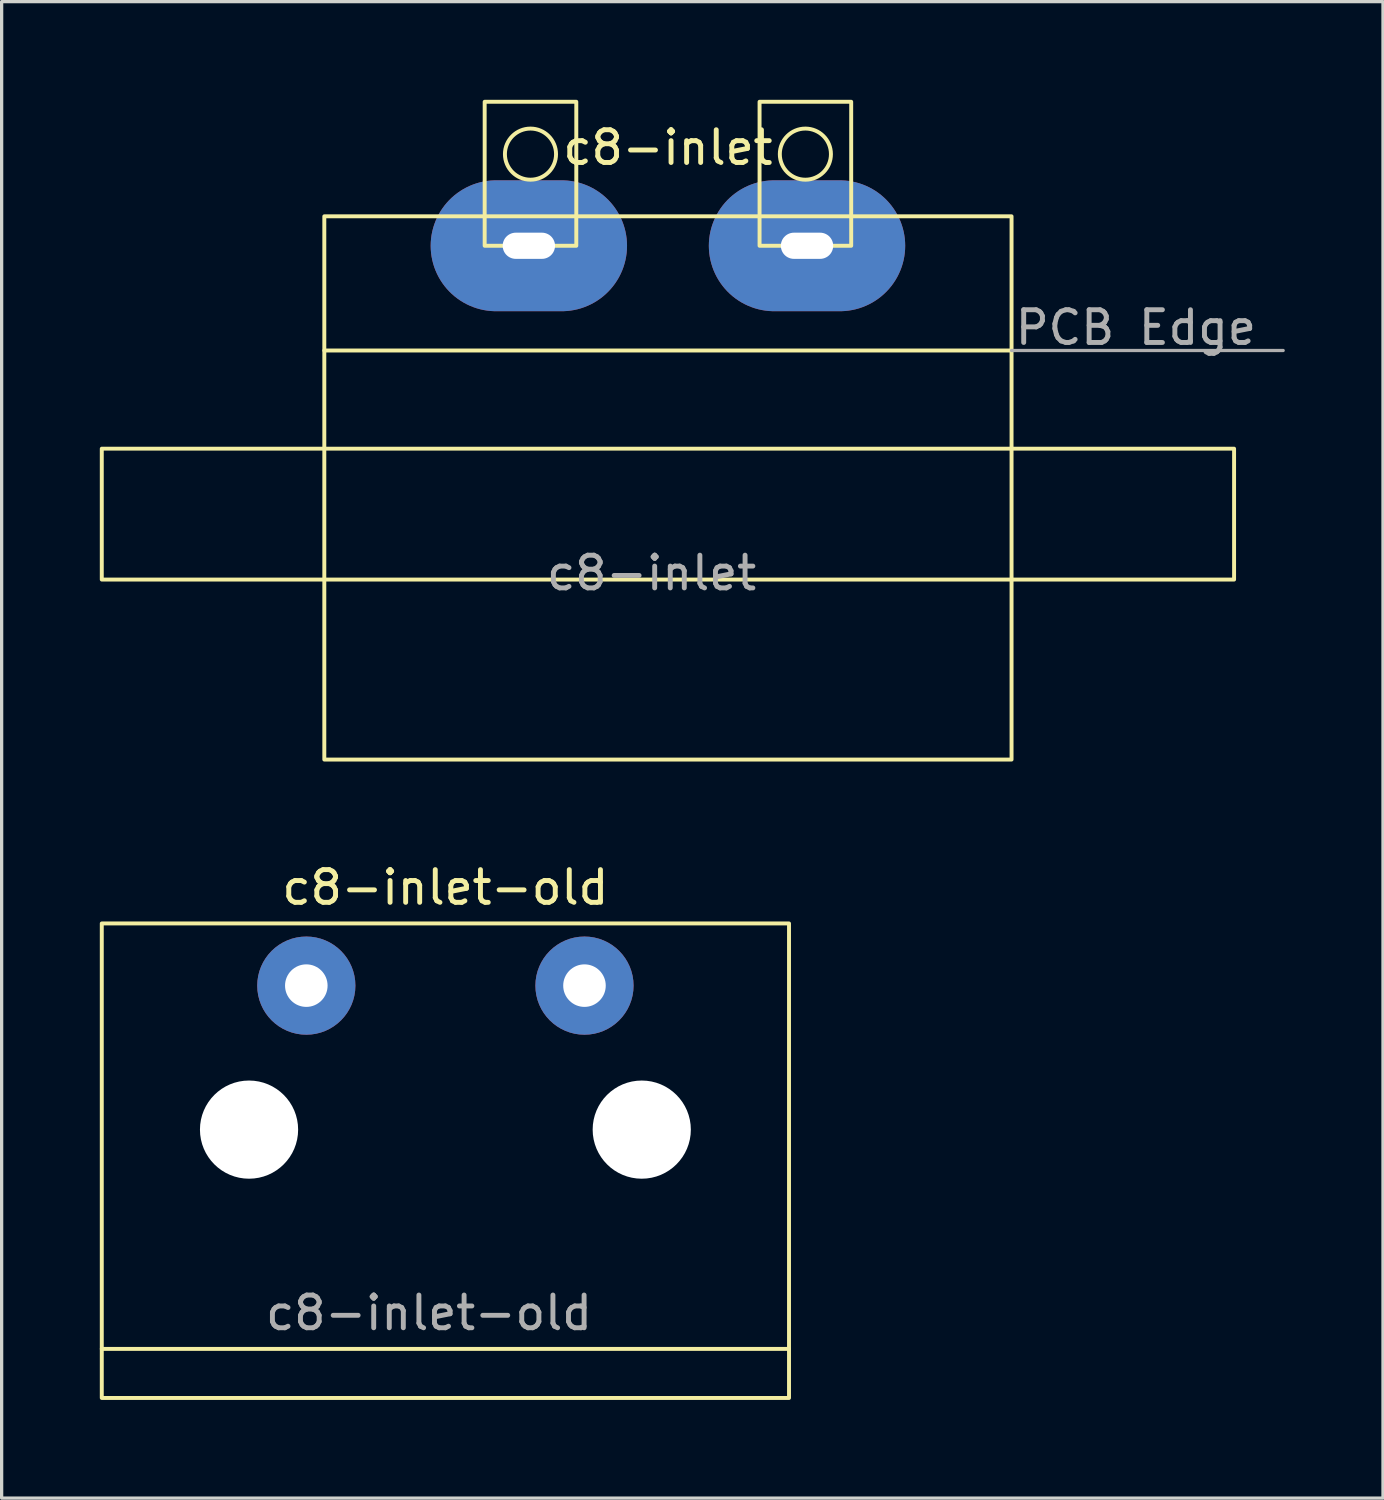
<source format=kicad_pcb>
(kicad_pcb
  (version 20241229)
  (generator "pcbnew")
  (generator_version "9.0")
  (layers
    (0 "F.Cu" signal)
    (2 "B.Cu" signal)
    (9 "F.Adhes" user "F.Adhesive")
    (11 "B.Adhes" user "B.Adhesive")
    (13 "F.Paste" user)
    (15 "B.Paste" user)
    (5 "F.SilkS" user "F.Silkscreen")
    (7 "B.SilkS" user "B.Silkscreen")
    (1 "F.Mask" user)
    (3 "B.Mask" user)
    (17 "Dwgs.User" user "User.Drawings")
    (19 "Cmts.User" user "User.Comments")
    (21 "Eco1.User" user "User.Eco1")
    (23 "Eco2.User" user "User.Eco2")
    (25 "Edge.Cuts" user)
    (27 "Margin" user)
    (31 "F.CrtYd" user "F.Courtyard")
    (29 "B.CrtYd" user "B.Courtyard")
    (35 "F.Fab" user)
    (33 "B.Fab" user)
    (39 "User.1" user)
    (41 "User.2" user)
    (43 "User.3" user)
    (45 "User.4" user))
  (footprint "c8-inlet-old"
    (layer "F.Cu")
    (at 10.56 27.068)
    (property "Reference" "c8-inlet-old" (at 0 -3 0) (unlocked yes) (layer "F.SilkS") (effects (font (size 1 1) (thickness 0.15))))
    (attr through_hole)
    (fp_line (start -10.5 11.1) (end 10.5 11.1) (stroke (width 0.12) (type solid)) (layer "F.SilkS"))
    (fp_rect (start -10.5 -1.9) (end 10.5 12.6) (stroke (width 0.12) (type solid)) (fill no) (layer "F.SilkS"))
    (fp_text user "${REFERENCE}" (at -0.5 10 0) (unlocked yes) (layer "F.Fab") (effects (font (size 1 1) (thickness 0.15))))
    (pad "" np_thru_hole circle (at -6 4.4) (size 3 3) (drill 3) (layers "*.Cu" "*.Mask"))
    (pad "" np_thru_hole circle (at 6 4.4) (size 3 3) (drill 3) (layers "*.Cu" "*.Mask"))
    (pad "1" thru_hole circle (at -4.25 0) (size 3 3) (drill 1.3) (layers "*.Cu" "*.Mask"))
    (pad "2" thru_hole circle (at 4.25 0) (size 3 3) (drill 1.3) (layers "*.Cu" "*.Mask")))
  (footprint "c8-inlet"
    (layer "F.Cu")
    (at 17.36 4.46)
    (property "Reference" "c8-inlet" (at 0 -3 0) (unlocked yes) (layer "F.SilkS") (effects (font (size 1 1) (thickness 0.15))))
    (attr through_hole)
    (fp_line (start -10.5 3.2) (end 10.5 3.2) (stroke (width 0.12) (type solid)) (layer "F.SilkS"))
    (fp_rect (start -17.3 6.2) (end 17.3 10.2) (stroke (width 0.12) (type solid)) (fill no) (layer "F.SilkS"))
    (fp_rect (start -10.5 -0.9) (end 10.5 15.7) (stroke (width 0.12) (type solid)) (fill no) (layer "F.SilkS"))
    (fp_rect (start -5.6 -4.4) (end -2.8 0) (stroke (width 0.12) (type solid)) (fill no) (layer "F.SilkS"))
    (fp_rect (start 2.8 -4.4) (end 5.6 0) (stroke (width 0.12) (type solid)) (fill no) (layer "F.SilkS"))
    (fp_circle (center -4.2 -2.8) (end -3.6 -3.3) (stroke (width 0.12) (type solid)) (fill no) (layer "F.SilkS"))
    (fp_circle (center 4.2 -2.8) (end 4.8 -3.3) (stroke (width 0.12) (type solid)) (fill no) (layer "F.SilkS"))
    (fp_line (start 10.5 3.2) (end 18.8 3.2) (stroke (width 0.1) (type solid)) (layer "F.Fab"))
    (fp_text user "PCB Edge" (at 14.3 2.5 0) (unlocked yes) (layer "F.Fab") (effects (font (size 1 1) (thickness 0.15))))
    (fp_text user "${REFERENCE}" (at -0.5 10 0) (unlocked yes) (layer "F.Fab") (effects (font (size 1 1) (thickness 0.15))))
    (pad "1" thru_hole oval (at -4.25 0) (size 6 4) (drill oval 1.6 0.8) (layers "*.Cu" "*.Mask"))
    (pad "2" thru_hole oval (at 4.25 0) (size 6 4) (drill oval 1.6 0.8) (layers "*.Cu" "*.Mask")))
  (gr_rect
    (start -3 -3)
    (end 39.21 42.728)
    (stroke (width 0.1) (type default))
    (fill no)
    (layer "Edge.Cuts")))
</source>
